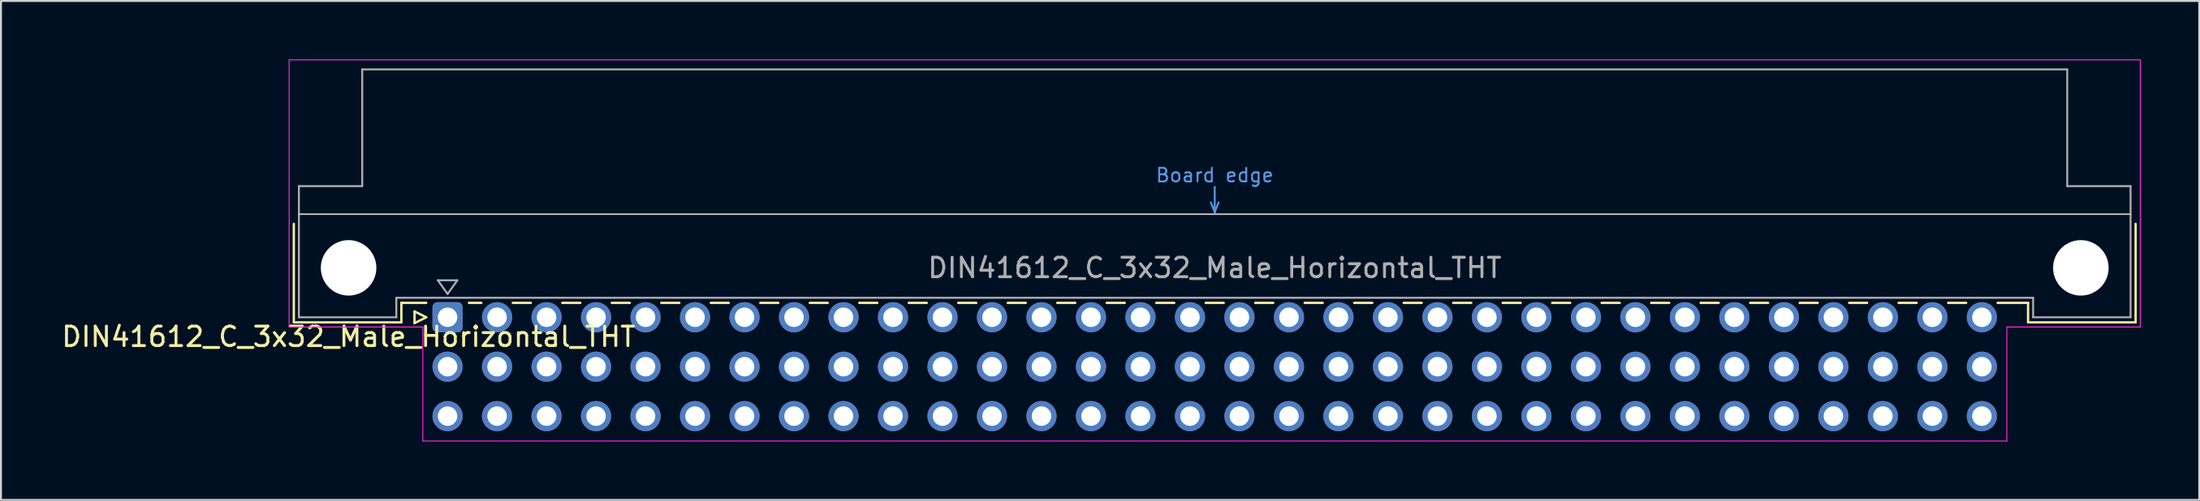
<source format=kicad_pcb>
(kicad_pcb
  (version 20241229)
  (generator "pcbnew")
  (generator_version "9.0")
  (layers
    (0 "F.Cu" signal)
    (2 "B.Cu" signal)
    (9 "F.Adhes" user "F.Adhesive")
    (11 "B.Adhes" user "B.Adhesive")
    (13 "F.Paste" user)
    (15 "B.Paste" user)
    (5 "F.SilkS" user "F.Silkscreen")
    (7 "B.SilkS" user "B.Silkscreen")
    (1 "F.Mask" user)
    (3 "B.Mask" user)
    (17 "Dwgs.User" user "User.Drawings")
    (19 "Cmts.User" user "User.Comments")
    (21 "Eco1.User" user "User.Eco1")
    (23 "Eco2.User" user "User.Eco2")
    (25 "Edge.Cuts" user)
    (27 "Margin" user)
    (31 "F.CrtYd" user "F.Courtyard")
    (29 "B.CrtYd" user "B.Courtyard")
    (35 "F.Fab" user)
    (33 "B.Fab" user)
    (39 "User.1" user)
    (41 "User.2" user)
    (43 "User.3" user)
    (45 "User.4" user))
  (footprint "DIN41612_C_3x32_Male_Horizontal_THT"
    (layer "F.Cu")
    (at 19.919 13.255)
    (property "Reference" "DIN41612_C_3x32_Male_Horizontal_THT" (at -5.08 1 0) (layer "F.SilkS") (effects (font (size 1 1) (thickness 0.15))))
    (attr through_hole)
    (fp_line (start -7.89 -4.8) (end -7.89 0.26) (stroke (width 0.12) (type solid)) (layer "F.SilkS"))
    (fp_line (start -7.89 0.26) (end -2.37 0.26) (stroke (width 0.12) (type solid)) (layer "F.SilkS"))
    (fp_line (start -2.37 -0.74) (end -1.095 -0.74) (stroke (width 0.12) (type solid)) (layer "F.SilkS"))
    (fp_line (start -2.37 0.26) (end -2.37 -0.74) (stroke (width 0.12) (type solid)) (layer "F.SilkS"))
    (fp_line (start -1.695 -0.3) (end -1.695 0.3) (stroke (width 0.12) (type solid)) (layer "F.SilkS"))
    (fp_line (start -1.695 0.3) (end -1.095 0) (stroke (width 0.12) (type solid)) (layer "F.SilkS"))
    (fp_line (start -1.095 0) (end -1.695 -0.3) (stroke (width 0.12) (type solid)) (layer "F.SilkS"))
    (fp_line (start 1.095 -0.74) (end 1.733 -0.74) (stroke (width 0.12) (type solid)) (layer "F.SilkS"))
    (fp_line (start 3.347 -0.74) (end 4.273 -0.74) (stroke (width 0.12) (type solid)) (layer "F.SilkS"))
    (fp_line (start 5.887 -0.74) (end 6.813 -0.74) (stroke (width 0.12) (type solid)) (layer "F.SilkS"))
    (fp_line (start 8.427 -0.74) (end 9.353 -0.74) (stroke (width 0.12) (type solid)) (layer "F.SilkS"))
    (fp_line (start 10.967 -0.74) (end 11.893 -0.74) (stroke (width 0.12) (type solid)) (layer "F.SilkS"))
    (fp_line (start 13.507 -0.74) (end 14.433 -0.74) (stroke (width 0.12) (type solid)) (layer "F.SilkS"))
    (fp_line (start 16.047 -0.74) (end 16.973 -0.74) (stroke (width 0.12) (type solid)) (layer "F.SilkS"))
    (fp_line (start 18.587 -0.74) (end 19.513 -0.74) (stroke (width 0.12) (type solid)) (layer "F.SilkS"))
    (fp_line (start 21.127 -0.74) (end 22.053 -0.74) (stroke (width 0.12) (type solid)) (layer "F.SilkS"))
    (fp_line (start 23.667 -0.74) (end 24.593 -0.74) (stroke (width 0.12) (type solid)) (layer "F.SilkS"))
    (fp_line (start 26.207 -0.74) (end 27.133 -0.74) (stroke (width 0.12) (type solid)) (layer "F.SilkS"))
    (fp_line (start 28.747 -0.74) (end 29.673 -0.74) (stroke (width 0.12) (type solid)) (layer "F.SilkS"))
    (fp_line (start 31.287 -0.74) (end 32.213 -0.74) (stroke (width 0.12) (type solid)) (layer "F.SilkS"))
    (fp_line (start 33.827 -0.74) (end 34.753 -0.74) (stroke (width 0.12) (type solid)) (layer "F.SilkS"))
    (fp_line (start 36.367 -0.74) (end 37.293 -0.74) (stroke (width 0.12) (type solid)) (layer "F.SilkS"))
    (fp_line (start 38.907 -0.74) (end 39.833 -0.74) (stroke (width 0.12) (type solid)) (layer "F.SilkS"))
    (fp_line (start 41.447 -0.74) (end 42.373 -0.74) (stroke (width 0.12) (type solid)) (layer "F.SilkS"))
    (fp_line (start 43.987 -0.74) (end 44.913 -0.74) (stroke (width 0.12) (type solid)) (layer "F.SilkS"))
    (fp_line (start 46.527 -0.74) (end 47.453 -0.74) (stroke (width 0.12) (type solid)) (layer "F.SilkS"))
    (fp_line (start 49.067 -0.74) (end 49.993 -0.74) (stroke (width 0.12) (type solid)) (layer "F.SilkS"))
    (fp_line (start 51.607 -0.74) (end 52.533 -0.74) (stroke (width 0.12) (type solid)) (layer "F.SilkS"))
    (fp_line (start 54.147 -0.74) (end 55.073 -0.74) (stroke (width 0.12) (type solid)) (layer "F.SilkS"))
    (fp_line (start 56.687 -0.74) (end 57.613 -0.74) (stroke (width 0.12) (type solid)) (layer "F.SilkS"))
    (fp_line (start 59.227 -0.74) (end 60.153 -0.74) (stroke (width 0.12) (type solid)) (layer "F.SilkS"))
    (fp_line (start 61.767 -0.74) (end 62.693 -0.74) (stroke (width 0.12) (type solid)) (layer "F.SilkS"))
    (fp_line (start 64.307 -0.74) (end 65.233 -0.74) (stroke (width 0.12) (type solid)) (layer "F.SilkS"))
    (fp_line (start 66.847 -0.74) (end 67.773 -0.74) (stroke (width 0.12) (type solid)) (layer "F.SilkS"))
    (fp_line (start 69.387 -0.74) (end 70.313 -0.74) (stroke (width 0.12) (type solid)) (layer "F.SilkS"))
    (fp_line (start 71.927 -0.74) (end 72.853 -0.74) (stroke (width 0.12) (type solid)) (layer "F.SilkS"))
    (fp_line (start 74.467 -0.74) (end 75.393 -0.74) (stroke (width 0.12) (type solid)) (layer "F.SilkS"))
    (fp_line (start 77.007 -0.74) (end 77.933 -0.74) (stroke (width 0.12) (type solid)) (layer "F.SilkS"))
    (fp_line (start 79.547 -0.74) (end 81.11 -0.74) (stroke (width 0.12) (type solid)) (layer "F.SilkS"))
    (fp_line (start 81.11 0.26) (end 81.11 -0.74) (stroke (width 0.12) (type solid)) (layer "F.SilkS"))
    (fp_line (start 86.63 -4.8) (end 86.63 0.26) (stroke (width 0.12) (type solid)) (layer "F.SilkS"))
    (fp_line (start 86.63 0.26) (end 81.11 0.26) (stroke (width 0.12) (type solid)) (layer "F.SilkS"))
    (fp_line (start -7.63 -5.3) (end 86.37 -5.3) (stroke (width 0.08) (type solid)) (layer "Dwgs.User"))
    (fp_line (start 39.17 -5.9) (end 39.37 -5.4) (stroke (width 0.1) (type solid)) (layer "Cmts.User"))
    (fp_line (start 39.37 -5.4) (end 39.37 -6.7) (stroke (width 0.1) (type solid)) (layer "Cmts.User"))
    (fp_line (start 39.37 -5.4) (end 39.57 -5.9) (stroke (width 0.1) (type solid)) (layer "Cmts.User"))
    (fp_line (start -8.13 -13.23) (end -8.13 0.5) (stroke (width 0.05) (type solid)) (layer "F.CrtYd"))
    (fp_line (start -8.13 0.5) (end -1.27 0.5) (stroke (width 0.05) (type solid)) (layer "F.CrtYd"))
    (fp_line (start -1.27 0.5) (end -1.27 6.36) (stroke (width 0.05) (type solid)) (layer "F.CrtYd"))
    (fp_line (start -1.27 6.36) (end 80.02 6.36) (stroke (width 0.05) (type solid)) (layer "F.CrtYd"))
    (fp_line (start 80.02 0.5) (end 86.87 0.5) (stroke (width 0.05) (type solid)) (layer "F.CrtYd"))
    (fp_line (start 80.02 6.36) (end 80.02 0.5) (stroke (width 0.05) (type solid)) (layer "F.CrtYd"))
    (fp_line (start 86.87 -13.23) (end -8.13 -13.23) (stroke (width 0.05) (type solid)) (layer "F.CrtYd"))
    (fp_line (start 86.87 0.5) (end 86.87 -13.23) (stroke (width 0.05) (type solid)) (layer "F.CrtYd"))
    (fp_line (start -7.63 -6.74) (end -7.63 0) (stroke (width 0.1) (type solid)) (layer "F.Fab"))
    (fp_line (start -7.63 0) (end -2.63 0) (stroke (width 0.1) (type solid)) (layer "F.Fab"))
    (fp_line (start -4.38 -12.74) (end -4.38 -6.74) (stroke (width 0.1) (type solid)) (layer "F.Fab"))
    (fp_line (start -4.38 -6.74) (end -7.63 -6.74) (stroke (width 0.1) (type solid)) (layer "F.Fab"))
    (fp_line (start -2.63 -1) (end 81.37 -1) (stroke (width 0.1) (type solid)) (layer "F.Fab"))
    (fp_line (start -2.63 0) (end -2.63 -1) (stroke (width 0.1) (type solid)) (layer "F.Fab"))
    (fp_line (start -0.5 -1.9) (end 0.5 -1.9) (stroke (width 0.1) (type solid)) (layer "F.Fab"))
    (fp_line (start 0 -1.2) (end -0.5 -1.9) (stroke (width 0.1) (type solid)) (layer "F.Fab"))
    (fp_line (start 0.5 -1.9) (end 0 -1.2) (stroke (width 0.1) (type solid)) (layer "F.Fab"))
    (fp_line (start 81.37 -1) (end 81.37 0) (stroke (width 0.1) (type solid)) (layer "F.Fab"))
    (fp_line (start 81.37 0) (end 86.37 0) (stroke (width 0.1) (type solid)) (layer "F.Fab"))
    (fp_line (start 83.12 -12.74) (end -4.38 -12.74) (stroke (width 0.1) (type solid)) (layer "F.Fab"))
    (fp_line (start 83.12 -6.74) (end 83.12 -12.74) (stroke (width 0.1) (type solid)) (layer "F.Fab"))
    (fp_line (start 86.37 -6.74) (end 83.12 -6.74) (stroke (width 0.1) (type solid)) (layer "F.Fab"))
    (fp_line (start 86.37 0) (end 86.37 -6.74) (stroke (width 0.1) (type solid)) (layer "F.Fab"))
    (fp_text user "Board edge" (at 39.37 -7.3 0) (layer "Cmts.User") (effects (font (size 0.7 0.7) (thickness 0.1))))
    (fp_text user "${REFERENCE}" (at 39.37 -2.54 0) (layer "F.Fab") (effects (font (size 1 1) (thickness 0.15))))
    (pad "" np_thru_hole circle (at -5.08 -2.54) (size 2.85 2.85) (drill 2.85) (layers "*.Cu" "*.Mask"))
    (pad "" np_thru_hole circle (at 83.82 -2.54) (size 2.85 2.85) (drill 2.85) (layers "*.Cu" "*.Mask"))
    (pad "a1" thru_hole roundrect (at 0 0) (size 1.55 1.55) (drill 1) (layers "*.Cu" "*.Mask") (roundrect_rratio 0.161))
    (pad "a2" thru_hole circle (at 2.54 0) (size 1.55 1.55) (drill 1) (layers "*.Cu" "*.Mask"))
    (pad "a3" thru_hole circle (at 5.08 0) (size 1.55 1.55) (drill 1) (layers "*.Cu" "*.Mask"))
    (pad "a4" thru_hole circle (at 7.62 0) (size 1.55 1.55) (drill 1) (layers "*.Cu" "*.Mask"))
    (pad "a5" thru_hole circle (at 10.16 0) (size 1.55 1.55) (drill 1) (layers "*.Cu" "*.Mask"))
    (pad "a6" thru_hole circle (at 12.7 0) (size 1.55 1.55) (drill 1) (layers "*.Cu" "*.Mask"))
    (pad "a7" thru_hole circle (at 15.24 0) (size 1.55 1.55) (drill 1) (layers "*.Cu" "*.Mask"))
    (pad "a8" thru_hole circle (at 17.78 0) (size 1.55 1.55) (drill 1) (layers "*.Cu" "*.Mask"))
    (pad "a9" thru_hole circle (at 20.32 0) (size 1.55 1.55) (drill 1) (layers "*.Cu" "*.Mask"))
    (pad "a10" thru_hole circle (at 22.86 0) (size 1.55 1.55) (drill 1) (layers "*.Cu" "*.Mask"))
    (pad "a11" thru_hole circle (at 25.4 0) (size 1.55 1.55) (drill 1) (layers "*.Cu" "*.Mask"))
    (pad "a12" thru_hole circle (at 27.94 0) (size 1.55 1.55) (drill 1) (layers "*.Cu" "*.Mask"))
    (pad "a13" thru_hole circle (at 30.48 0) (size 1.55 1.55) (drill 1) (layers "*.Cu" "*.Mask"))
    (pad "a14" thru_hole circle (at 33.02 0) (size 1.55 1.55) (drill 1) (layers "*.Cu" "*.Mask"))
    (pad "a15" thru_hole circle (at 35.56 0) (size 1.55 1.55) (drill 1) (layers "*.Cu" "*.Mask"))
    (pad "a16" thru_hole circle (at 38.1 0) (size 1.55 1.55) (drill 1) (layers "*.Cu" "*.Mask"))
    (pad "a17" thru_hole circle (at 40.64 0) (size 1.55 1.55) (drill 1) (layers "*.Cu" "*.Mask"))
    (pad "a18" thru_hole circle (at 43.18 0) (size 1.55 1.55) (drill 1) (layers "*.Cu" "*.Mask"))
    (pad "a19" thru_hole circle (at 45.72 0) (size 1.55 1.55) (drill 1) (layers "*.Cu" "*.Mask"))
    (pad "a20" thru_hole circle (at 48.26 0) (size 1.55 1.55) (drill 1) (layers "*.Cu" "*.Mask"))
    (pad "a21" thru_hole circle (at 50.8 0) (size 1.55 1.55) (drill 1) (layers "*.Cu" "*.Mask"))
    (pad "a22" thru_hole circle (at 53.34 0) (size 1.55 1.55) (drill 1) (layers "*.Cu" "*.Mask"))
    (pad "a23" thru_hole circle (at 55.88 0) (size 1.55 1.55) (drill 1) (layers "*.Cu" "*.Mask"))
    (pad "a24" thru_hole circle (at 58.42 0) (size 1.55 1.55) (drill 1) (layers "*.Cu" "*.Mask"))
    (pad "a25" thru_hole circle (at 60.96 0) (size 1.55 1.55) (drill 1) (layers "*.Cu" "*.Mask"))
    (pad "a26" thru_hole circle (at 63.5 0) (size 1.55 1.55) (drill 1) (layers "*.Cu" "*.Mask"))
    (pad "a27" thru_hole circle (at 66.04 0) (size 1.55 1.55) (drill 1) (layers "*.Cu" "*.Mask"))
    (pad "a28" thru_hole circle (at 68.58 0) (size 1.55 1.55) (drill 1) (layers "*.Cu" "*.Mask"))
    (pad "a29" thru_hole circle (at 71.12 0) (size 1.55 1.55) (drill 1) (layers "*.Cu" "*.Mask"))
    (pad "a30" thru_hole circle (at 73.66 0) (size 1.55 1.55) (drill 1) (layers "*.Cu" "*.Mask"))
    (pad "a31" thru_hole circle (at 76.2 0) (size 1.55 1.55) (drill 1) (layers "*.Cu" "*.Mask"))
    (pad "a32" thru_hole circle (at 78.74 0) (size 1.55 1.55) (drill 1) (layers "*.Cu" "*.Mask"))
    (pad "b1" thru_hole circle (at 0 2.54) (size 1.55 1.55) (drill 1) (layers "*.Cu" "*.Mask"))
    (pad "b2" thru_hole circle (at 2.54 2.54) (size 1.55 1.55) (drill 1) (layers "*.Cu" "*.Mask"))
    (pad "b3" thru_hole circle (at 5.08 2.54) (size 1.55 1.55) (drill 1) (layers "*.Cu" "*.Mask"))
    (pad "b4" thru_hole circle (at 7.62 2.54) (size 1.55 1.55) (drill 1) (layers "*.Cu" "*.Mask"))
    (pad "b5" thru_hole circle (at 10.16 2.54) (size 1.55 1.55) (drill 1) (layers "*.Cu" "*.Mask"))
    (pad "b6" thru_hole circle (at 12.7 2.54) (size 1.55 1.55) (drill 1) (layers "*.Cu" "*.Mask"))
    (pad "b7" thru_hole circle (at 15.24 2.54) (size 1.55 1.55) (drill 1) (layers "*.Cu" "*.Mask"))
    (pad "b8" thru_hole circle (at 17.78 2.54) (size 1.55 1.55) (drill 1) (layers "*.Cu" "*.Mask"))
    (pad "b9" thru_hole circle (at 20.32 2.54) (size 1.55 1.55) (drill 1) (layers "*.Cu" "*.Mask"))
    (pad "b10" thru_hole circle (at 22.86 2.54) (size 1.55 1.55) (drill 1) (layers "*.Cu" "*.Mask"))
    (pad "b11" thru_hole circle (at 25.4 2.54) (size 1.55 1.55) (drill 1) (layers "*.Cu" "*.Mask"))
    (pad "b12" thru_hole circle (at 27.94 2.54) (size 1.55 1.55) (drill 1) (layers "*.Cu" "*.Mask"))
    (pad "b13" thru_hole circle (at 30.48 2.54) (size 1.55 1.55) (drill 1) (layers "*.Cu" "*.Mask"))
    (pad "b14" thru_hole circle (at 33.02 2.54) (size 1.55 1.55) (drill 1) (layers "*.Cu" "*.Mask"))
    (pad "b15" thru_hole circle (at 35.56 2.54) (size 1.55 1.55) (drill 1) (layers "*.Cu" "*.Mask"))
    (pad "b16" thru_hole circle (at 38.1 2.54) (size 1.55 1.55) (drill 1) (layers "*.Cu" "*.Mask"))
    (pad "b17" thru_hole circle (at 40.64 2.54) (size 1.55 1.55) (drill 1) (layers "*.Cu" "*.Mask"))
    (pad "b18" thru_hole circle (at 43.18 2.54) (size 1.55 1.55) (drill 1) (layers "*.Cu" "*.Mask"))
    (pad "b19" thru_hole circle (at 45.72 2.54) (size 1.55 1.55) (drill 1) (layers "*.Cu" "*.Mask"))
    (pad "b20" thru_hole circle (at 48.26 2.54) (size 1.55 1.55) (drill 1) (layers "*.Cu" "*.Mask"))
    (pad "b21" thru_hole circle (at 50.8 2.54) (size 1.55 1.55) (drill 1) (layers "*.Cu" "*.Mask"))
    (pad "b22" thru_hole circle (at 53.34 2.54) (size 1.55 1.55) (drill 1) (layers "*.Cu" "*.Mask"))
    (pad "b23" thru_hole circle (at 55.88 2.54) (size 1.55 1.55) (drill 1) (layers "*.Cu" "*.Mask"))
    (pad "b24" thru_hole circle (at 58.42 2.54) (size 1.55 1.55) (drill 1) (layers "*.Cu" "*.Mask"))
    (pad "b25" thru_hole circle (at 60.96 2.54) (size 1.55 1.55) (drill 1) (layers "*.Cu" "*.Mask"))
    (pad "b26" thru_hole circle (at 63.5 2.54) (size 1.55 1.55) (drill 1) (layers "*.Cu" "*.Mask"))
    (pad "b27" thru_hole circle (at 66.04 2.54) (size 1.55 1.55) (drill 1) (layers "*.Cu" "*.Mask"))
    (pad "b28" thru_hole circle (at 68.58 2.54) (size 1.55 1.55) (drill 1) (layers "*.Cu" "*.Mask"))
    (pad "b29" thru_hole circle (at 71.12 2.54) (size 1.55 1.55) (drill 1) (layers "*.Cu" "*.Mask"))
    (pad "b30" thru_hole circle (at 73.66 2.54) (size 1.55 1.55) (drill 1) (layers "*.Cu" "*.Mask"))
    (pad "b31" thru_hole circle (at 76.2 2.54) (size 1.55 1.55) (drill 1) (layers "*.Cu" "*.Mask"))
    (pad "b32" thru_hole circle (at 78.74 2.54) (size 1.55 1.55) (drill 1) (layers "*.Cu" "*.Mask"))
    (pad "c1" thru_hole circle (at 0 5.08) (size 1.55 1.55) (drill 1) (layers "*.Cu" "*.Mask"))
    (pad "c2" thru_hole circle (at 2.54 5.08) (size 1.55 1.55) (drill 1) (layers "*.Cu" "*.Mask"))
    (pad "c3" thru_hole circle (at 5.08 5.08) (size 1.55 1.55) (drill 1) (layers "*.Cu" "*.Mask"))
    (pad "c4" thru_hole circle (at 7.62 5.08) (size 1.55 1.55) (drill 1) (layers "*.Cu" "*.Mask"))
    (pad "c5" thru_hole circle (at 10.16 5.08) (size 1.55 1.55) (drill 1) (layers "*.Cu" "*.Mask"))
    (pad "c6" thru_hole circle (at 12.7 5.08) (size 1.55 1.55) (drill 1) (layers "*.Cu" "*.Mask"))
    (pad "c7" thru_hole circle (at 15.24 5.08) (size 1.55 1.55) (drill 1) (layers "*.Cu" "*.Mask"))
    (pad "c8" thru_hole circle (at 17.78 5.08) (size 1.55 1.55) (drill 1) (layers "*.Cu" "*.Mask"))
    (pad "c9" thru_hole circle (at 20.32 5.08) (size 1.55 1.55) (drill 1) (layers "*.Cu" "*.Mask"))
    (pad "c10" thru_hole circle (at 22.86 5.08) (size 1.55 1.55) (drill 1) (layers "*.Cu" "*.Mask"))
    (pad "c11" thru_hole circle (at 25.4 5.08) (size 1.55 1.55) (drill 1) (layers "*.Cu" "*.Mask"))
    (pad "c12" thru_hole circle (at 27.94 5.08) (size 1.55 1.55) (drill 1) (layers "*.Cu" "*.Mask"))
    (pad "c13" thru_hole circle (at 30.48 5.08) (size 1.55 1.55) (drill 1) (layers "*.Cu" "*.Mask"))
    (pad "c14" thru_hole circle (at 33.02 5.08) (size 1.55 1.55) (drill 1) (layers "*.Cu" "*.Mask"))
    (pad "c15" thru_hole circle (at 35.56 5.08) (size 1.55 1.55) (drill 1) (layers "*.Cu" "*.Mask"))
    (pad "c16" thru_hole circle (at 38.1 5.08) (size 1.55 1.55) (drill 1) (layers "*.Cu" "*.Mask"))
    (pad "c17" thru_hole circle (at 40.64 5.08) (size 1.55 1.55) (drill 1) (layers "*.Cu" "*.Mask"))
    (pad "c18" thru_hole circle (at 43.18 5.08) (size 1.55 1.55) (drill 1) (layers "*.Cu" "*.Mask"))
    (pad "c19" thru_hole circle (at 45.72 5.08) (size 1.55 1.55) (drill 1) (layers "*.Cu" "*.Mask"))
    (pad "c20" thru_hole circle (at 48.26 5.08) (size 1.55 1.55) (drill 1) (layers "*.Cu" "*.Mask"))
    (pad "c21" thru_hole circle (at 50.8 5.08) (size 1.55 1.55) (drill 1) (layers "*.Cu" "*.Mask"))
    (pad "c22" thru_hole circle (at 53.34 5.08) (size 1.55 1.55) (drill 1) (layers "*.Cu" "*.Mask"))
    (pad "c23" thru_hole circle (at 55.88 5.08) (size 1.55 1.55) (drill 1) (layers "*.Cu" "*.Mask"))
    (pad "c24" thru_hole circle (at 58.42 5.08) (size 1.55 1.55) (drill 1) (layers "*.Cu" "*.Mask"))
    (pad "c25" thru_hole circle (at 60.96 5.08) (size 1.55 1.55) (drill 1) (layers "*.Cu" "*.Mask"))
    (pad "c26" thru_hole circle (at 63.5 5.08) (size 1.55 1.55) (drill 1) (layers "*.Cu" "*.Mask"))
    (pad "c27" thru_hole circle (at 66.04 5.08) (size 1.55 1.55) (drill 1) (layers "*.Cu" "*.Mask"))
    (pad "c28" thru_hole circle (at 68.58 5.08) (size 1.55 1.55) (drill 1) (layers "*.Cu" "*.Mask"))
    (pad "c29" thru_hole circle (at 71.12 5.08) (size 1.55 1.55) (drill 1) (layers "*.Cu" "*.Mask"))
    (pad "c30" thru_hole circle (at 73.66 5.08) (size 1.55 1.55) (drill 1) (layers "*.Cu" "*.Mask"))
    (pad "c31" thru_hole circle (at 76.2 5.08) (size 1.55 1.55) (drill 1) (layers "*.Cu" "*.Mask"))
    (pad "c32" thru_hole circle (at 78.74 5.08) (size 1.55 1.55) (drill 1) (layers "*.Cu" "*.Mask")))
  (gr_rect
    (start -3 -3)
    (end 109.814 22.64)
    (stroke (width 0.1) (type default))
    (fill no)
    (layer "Edge.Cuts")))
</source>
